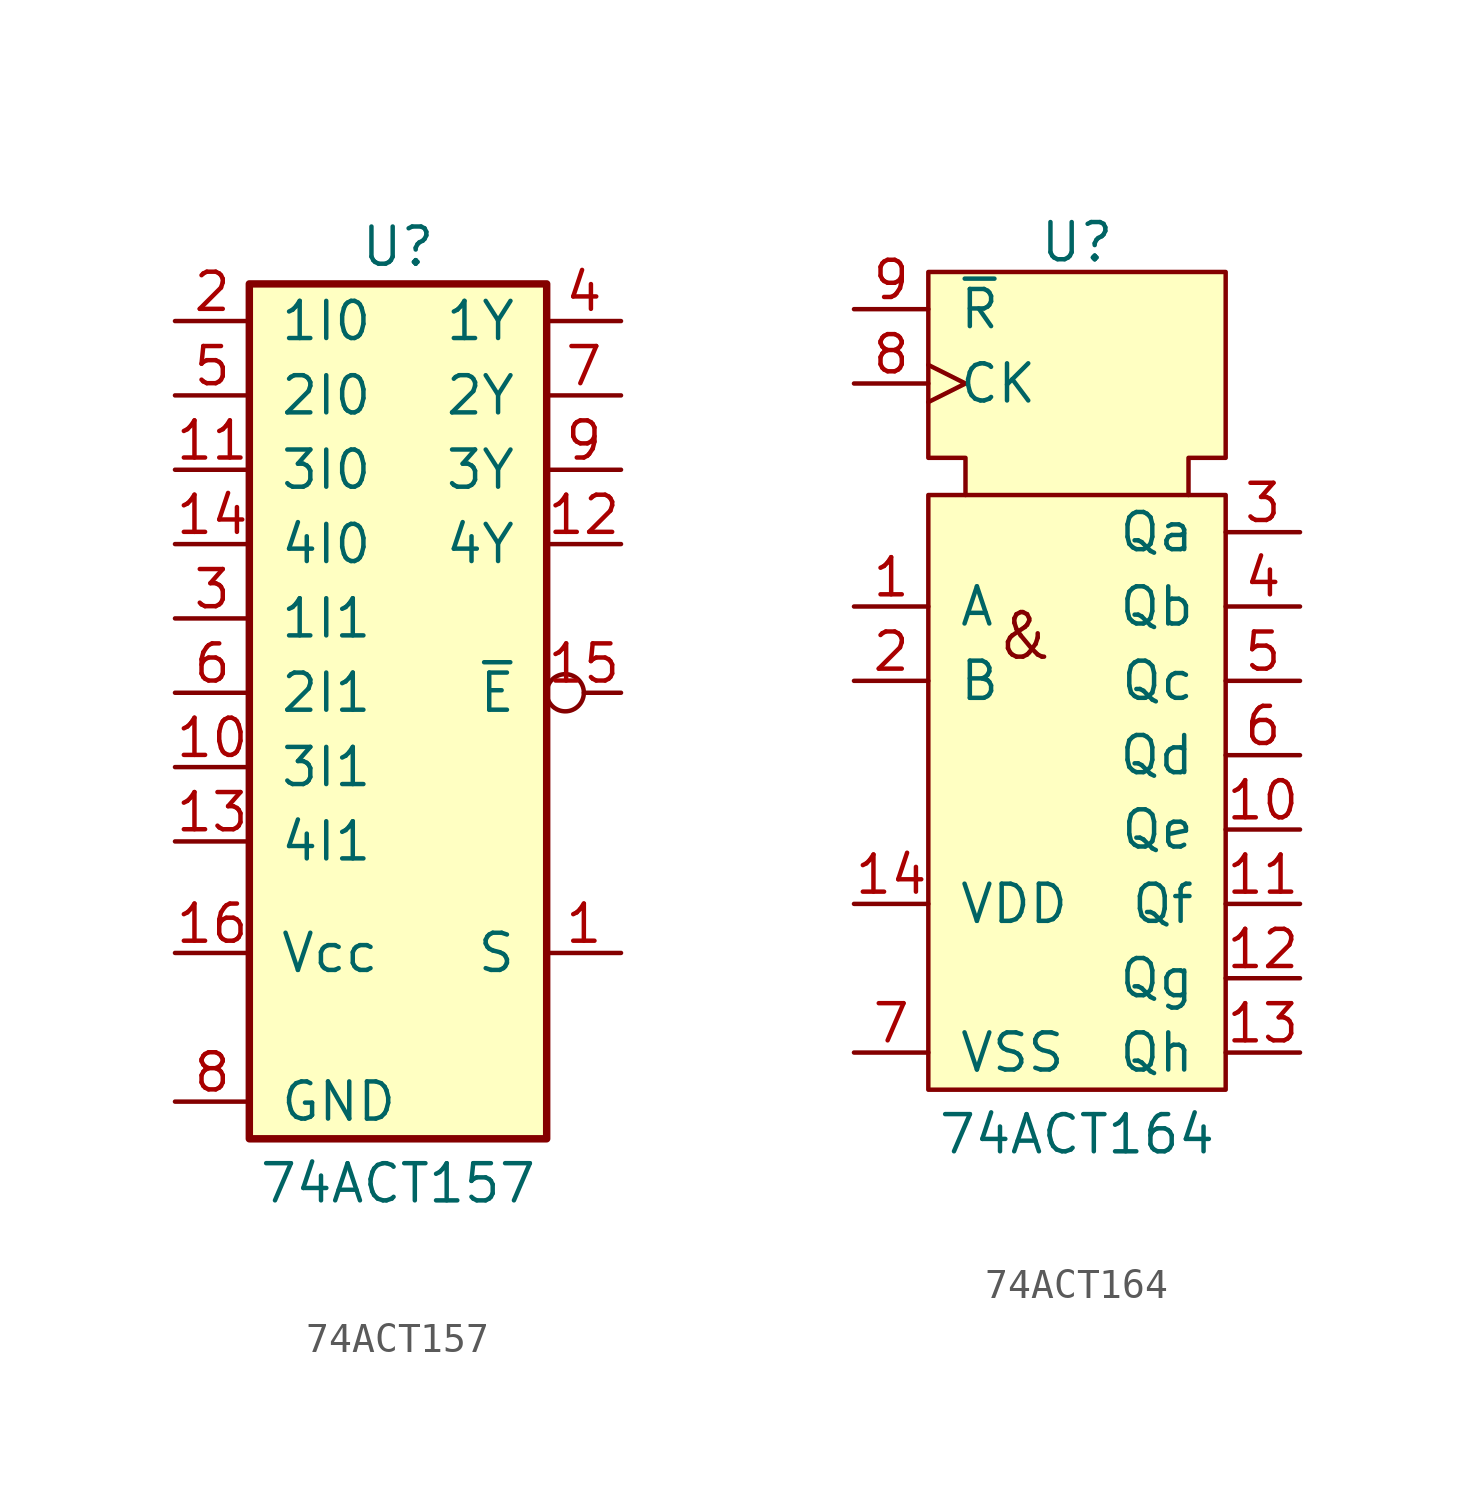
<source format=kicad_sym>
(kicad_symbol_lib
  (version 20231120)
  (generator "kicad_symbol_editor")
  (generator_version "8.0")
  (symbol "74ACT157"
    (pin_names
      (offset 1.016))
    (property "Reference" "U"
      (at 0 16.51 0)
      (effects (font (size 1.27 1.27))))
    (property "Value" "74ACT157"
      (at 0 -15.494 0)
      (effects (font (size 1.27 1.27))))
    (symbol "74ACT157_1_0"
      (pin input line (at 7.62 -7.62 180) (length 2.54) (name "S" (effects (font (size 1.27 1.27)))) (number "1" (effects (font (size 1.27 1.27)))))
      (pin input line (at -7.62 -1.27 0) (length 2.54) (name "3I1" (effects (font (size 1.27 1.27)))) (number "10" (effects (font (size 1.27 1.27)))))
      (pin input line (at -7.62 8.89 0) (length 2.54) (name "3I0" (effects (font (size 1.27 1.27)))) (number "11" (effects (font (size 1.27 1.27)))))
      (pin output line (at 7.62 6.35 180) (length 2.54) (name "4Y" (effects (font (size 1.27 1.27)))) (number "12" (effects (font (size 1.27 1.27)))))
      (pin input line (at -7.62 -3.81 0) (length 2.54) (name "4I1" (effects (font (size 1.27 1.27)))) (number "13" (effects (font (size 1.27 1.27)))))
      (pin input line (at -7.62 6.35 0) (length 2.54) (name "4I0" (effects (font (size 1.27 1.27)))) (number "14" (effects (font (size 1.27 1.27)))))
      (pin input inverted (at 7.62 1.27 180) (length 2.54) (name "~{E}" (effects (font (size 1.27 1.27)))) (number "15" (effects (font (size 1.27 1.27)))))
      (pin power_in line (at -7.62 -7.62 0) (length 2.54) (name "Vcc" (effects (font (size 1.27 1.27)))) (number "16" (effects (font (size 1.27 1.27)))))
      (pin input line (at -7.62 13.97 0) (length 2.54) (name "1I0" (effects (font (size 1.27 1.27)))) (number "2" (effects (font (size 1.27 1.27)))))
      (pin input line (at -7.62 3.81 0) (length 2.54) (name "1I1" (effects (font (size 1.27 1.27)))) (number "3" (effects (font (size 1.27 1.27)))))
      (pin output line (at 7.62 13.97 180) (length 2.54) (name "1Y" (effects (font (size 1.27 1.27)))) (number "4" (effects (font (size 1.27 1.27)))))
      (pin input line (at -7.62 11.43 0) (length 2.54) (name "2I0" (effects (font (size 1.27 1.27)))) (number "5" (effects (font (size 1.27 1.27)))))
      (pin input line (at -7.62 1.27 0) (length 2.54) (name "2I1" (effects (font (size 1.27 1.27)))) (number "6" (effects (font (size 1.27 1.27)))))
      (pin output line (at 7.62 11.43 180) (length 2.54) (name "2Y" (effects (font (size 1.27 1.27)))) (number "7" (effects (font (size 1.27 1.27)))))
      (pin power_in line (at -7.62 -12.7 0) (length 2.54) (name "GND" (effects (font (size 1.27 1.27)))) (number "8" (effects (font (size 1.27 1.27)))))
      (pin output line (at 7.62 8.89 180) (length 2.54) (name "3Y" (effects (font (size 1.27 1.27)))) (number "9" (effects (font (size 1.27 1.27))))))
    (symbol "74ACT157_1_1"
      (rectangle (start -5.08 15.24) (end 5.08 -13.97) (stroke (width 0.254) (type default)) (fill (type background)))))
  (symbol "74ACT164"
    (pin_names
      (offset 1.016))
    (property "Reference" "U"
      (at 0 9.906 0)
      (effects (font (size 1.27 1.27))))
    (property "Value" "74ACT164"
      (at 0 -20.574 0)
      (effects (font (size 1.27 1.27))))
    (symbol "74ACT164_0_0"
      (text "&" (at -1.778 -3.556 0) (effects (font (size 1.524 1.524)))))
    (symbol "74ACT164_1_1"
      (rectangle (start -5.08 1.27) (end 5.08 -19.05) (stroke (width 0) (type default)) (fill (type background)))
      (polyline (pts (xy -3.81 1.27) (xy -3.81 2.54) (xy -5.08 2.54) (xy -5.08 8.89) (xy 5.08 8.89) (xy 5.08 2.54) (xy 3.81 2.54) (xy 3.81 1.27)) (stroke (width 0) (type default)) (fill (type background)))
      (pin input line (at -7.62 -2.54 0) (length 2.54) (name "A" (effects (font (size 1.27 1.27)))) (number "1" (effects (font (size 1.27 1.27)))))
      (pin output line (at 7.62 -10.16 180) (length 2.54) (name "Qe" (effects (font (size 1.27 1.27)))) (number "10" (effects (font (size 1.27 1.27)))))
      (pin output line (at 7.62 -12.7 180) (length 2.54) (name "Qf" (effects (font (size 1.27 1.27)))) (number "11" (effects (font (size 1.27 1.27)))))
      (pin output line (at 7.62 -15.24 180) (length 2.54) (name "Qg" (effects (font (size 1.27 1.27)))) (number "12" (effects (font (size 1.27 1.27)))))
      (pin output line (at 7.62 -17.78 180) (length 2.54) (name "Qh" (effects (font (size 1.27 1.27)))) (number "13" (effects (font (size 1.27 1.27)))))
      (pin power_in line (at -7.62 -12.7 0) (length 2.54) (name "VDD" (effects (font (size 1.27 1.27)))) (number "14" (effects (font (size 1.27 1.27)))))
      (pin input line (at -7.62 -5.08 0) (length 2.54) (name "B" (effects (font (size 1.27 1.27)))) (number "2" (effects (font (size 1.27 1.27)))))
      (pin output line (at 7.62 0 180) (length 2.54) (name "Qa" (effects (font (size 1.27 1.27)))) (number "3" (effects (font (size 1.27 1.27)))))
      (pin output line (at 7.62 -2.54 180) (length 2.54) (name "Qb" (effects (font (size 1.27 1.27)))) (number "4" (effects (font (size 1.27 1.27)))))
      (pin output line (at 7.62 -5.08 180) (length 2.54) (name "Qc" (effects (font (size 1.27 1.27)))) (number "5" (effects (font (size 1.27 1.27)))))
      (pin output line (at 7.62 -7.62 180) (length 2.54) (name "Qd" (effects (font (size 1.27 1.27)))) (number "6" (effects (font (size 1.27 1.27)))))
      (pin power_in line (at -7.62 -17.78 0) (length 2.54) (name "VSS" (effects (font (size 1.27 1.27)))) (number "7" (effects (font (size 1.27 1.27)))))
      (pin input clock (at -7.62 5.08 0) (length 2.54) (name "CK" (effects (font (size 1.27 1.27)))) (number "8" (effects (font (size 1.27 1.27)))))
      (pin input line (at -7.62 7.62 0) (length 2.54) (name "~{R}" (effects (font (size 1.27 1.27)))) (number "9" (effects (font (size 1.27 1.27))))))))
</source>
